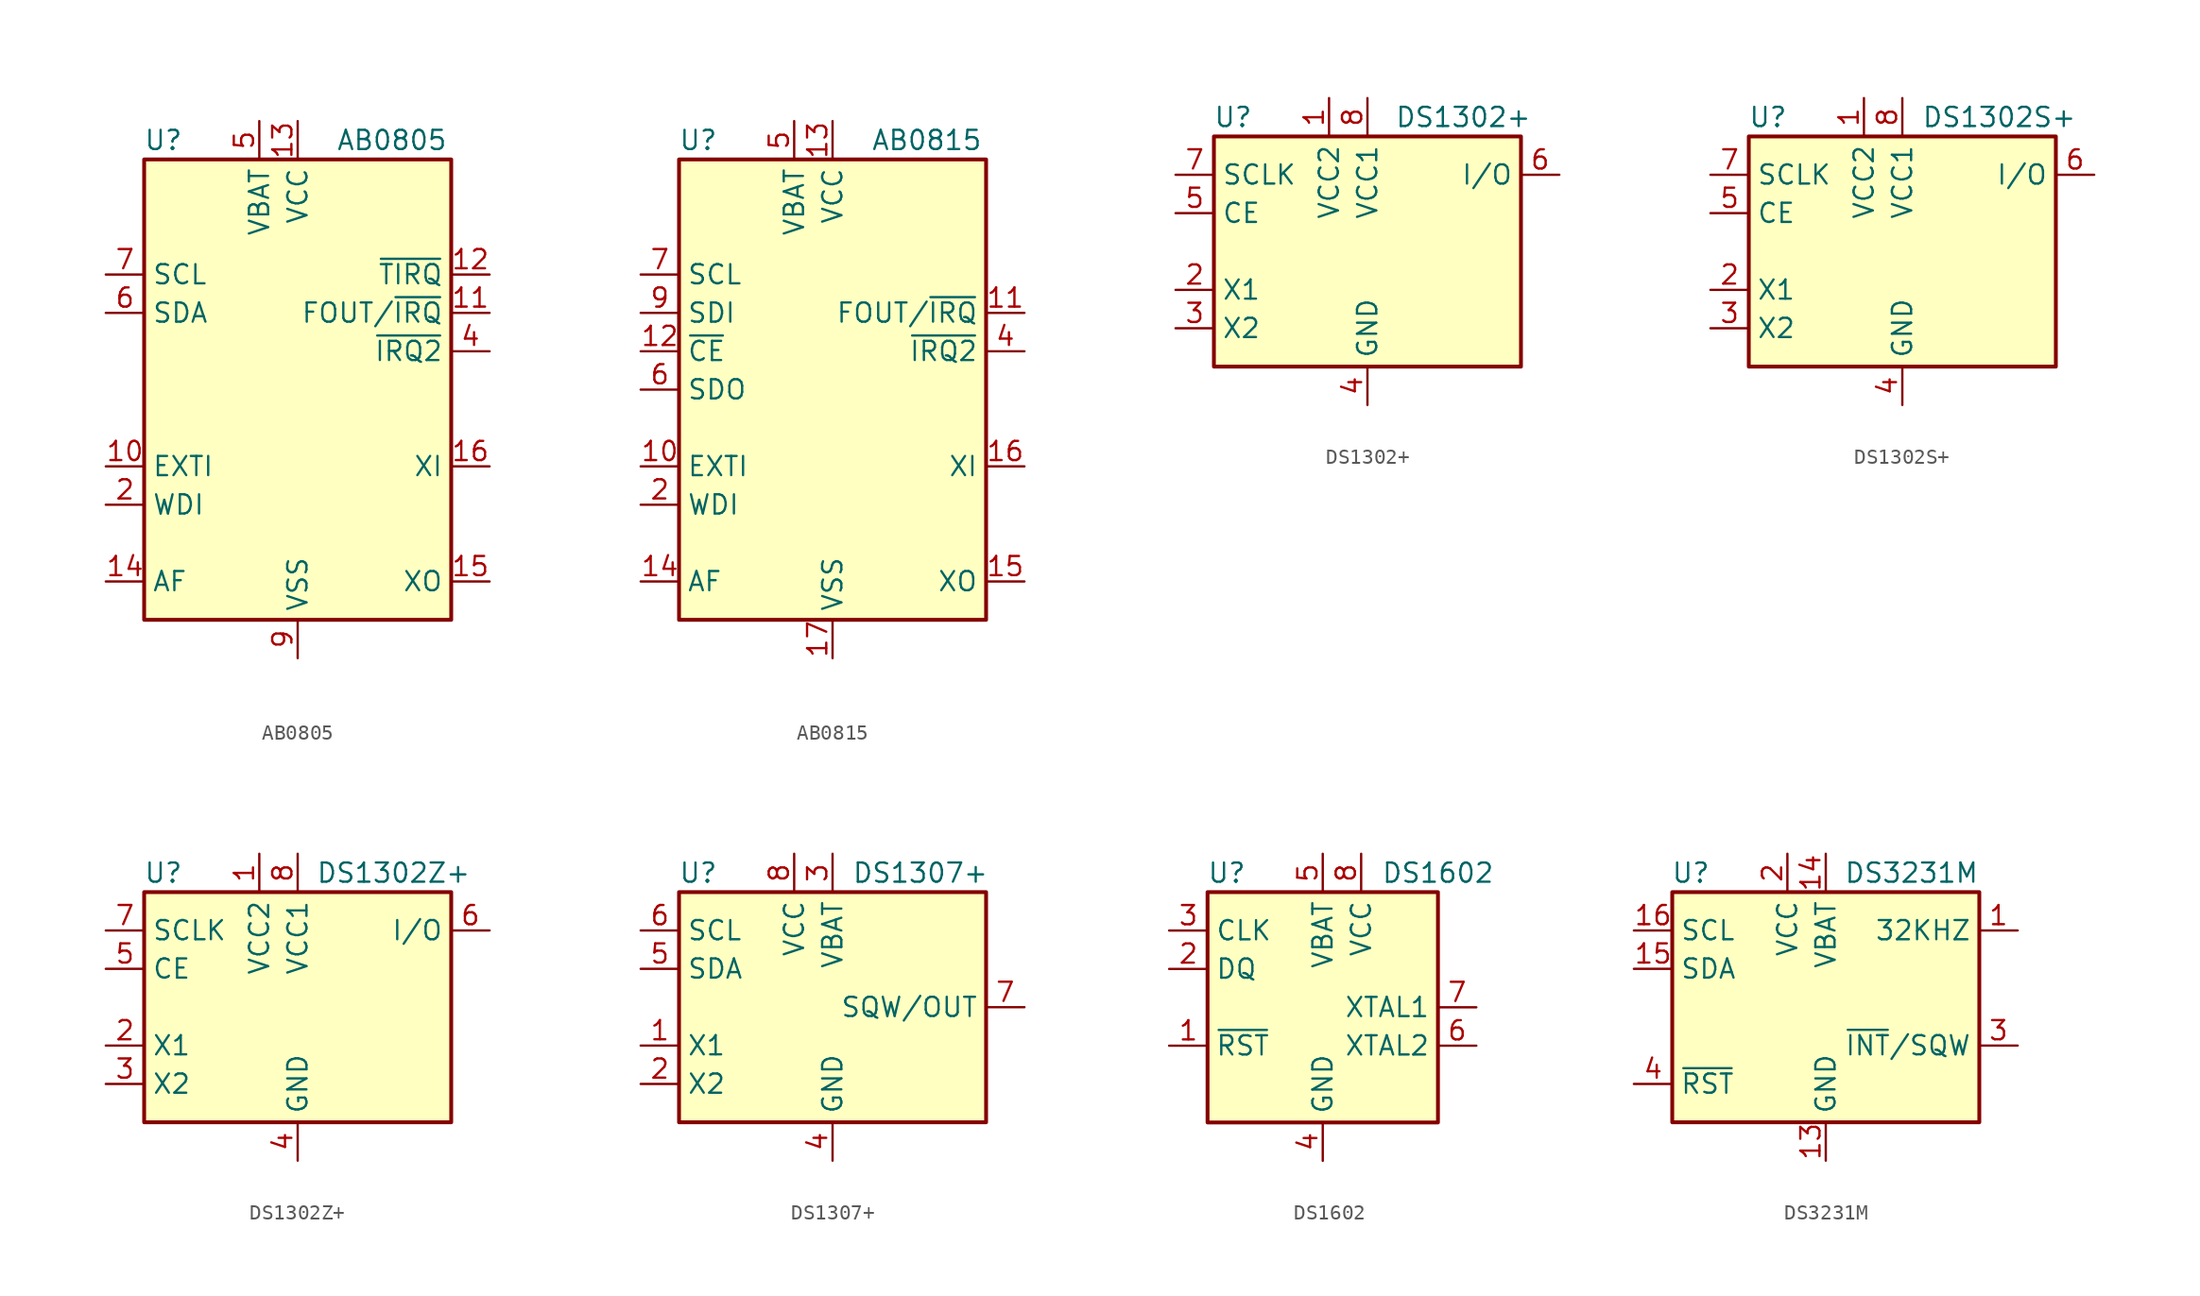
<source format=kicad_sym>
(kicad_symbol_lib
  (version 20201005)
  (generator kicad_symbol_editor)
  (symbol "Timer_RTC:AB0805"
    (property "Reference" "U"
      (at -8.89 16.51 0)
      (effects (font (size 1.27 1.27))))
    (property "Value" "AB0805"
      (at 2.54 16.51 0)
      (effects (font (size 1.27 1.27)) (justify left)))
    (symbol "AB0805_0_1"
      (rectangle (start -10.16 15.24) (end 10.16 -15.24) (stroke (width 0.254)) (fill (type background))))
    (symbol "AB0805_1_1"
      (pin no_connect line (at -10.16 -2.54 0) (length 2.54) hide (name "NC" (effects (font (size 1.27 1.27)))) (number "1" (effects (font (size 1.27 1.27)))))
      (pin input line (at -12.7 -5.08 0) (length 2.54) (name "EXTI" (effects (font (size 1.27 1.27)))) (number "10" (effects (font (size 1.27 1.27)))))
      (pin open_collector line (at 12.7 5.08 180) (length 2.54) (name "FOUT/~IRQ" (effects (font (size 1.27 1.27)))) (number "11" (effects (font (size 1.27 1.27)))))
      (pin open_collector line (at 12.7 7.62 180) (length 2.54) (name "~TIRQ" (effects (font (size 1.27 1.27)))) (number "12" (effects (font (size 1.27 1.27)))))
      (pin power_in line (at 0 17.78 270) (length 2.54) (name "VCC" (effects (font (size 1.27 1.27)))) (number "13" (effects (font (size 1.27 1.27)))))
      (pin passive line (at -12.7 -12.7 0) (length 2.54) (name "AF" (effects (font (size 1.27 1.27)))) (number "14" (effects (font (size 1.27 1.27)))))
      (pin output line (at 12.7 -12.7 180) (length 2.54) (name "XO" (effects (font (size 1.27 1.27)))) (number "15" (effects (font (size 1.27 1.27)))))
      (pin input line (at 12.7 -5.08 180) (length 2.54) (name "XI" (effects (font (size 1.27 1.27)))) (number "16" (effects (font (size 1.27 1.27)))))
      (pin passive line (at 0 -17.78 90) (length 2.54) hide (name "VSS" (effects (font (size 1.27 1.27)))) (number "17" (effects (font (size 1.27 1.27)))))
      (pin input line (at -12.7 -7.62 0) (length 2.54) (name "WDI" (effects (font (size 1.27 1.27)))) (number "2" (effects (font (size 1.27 1.27)))))
      (pin no_connect line (at -10.16 -10.16 0) (length 2.54) hide (name "NC" (effects (font (size 1.27 1.27)))) (number "3" (effects (font (size 1.27 1.27)))))
      (pin open_collector line (at 12.7 2.54 180) (length 2.54) (name "~IRQ2" (effects (font (size 1.27 1.27)))) (number "4" (effects (font (size 1.27 1.27)))))
      (pin power_in line (at -2.54 17.78 270) (length 2.54) (name "VBAT" (effects (font (size 1.27 1.27)))) (number "5" (effects (font (size 1.27 1.27)))))
      (pin bidirectional line (at -12.7 5.08 0) (length 2.54) (name "SDA" (effects (font (size 1.27 1.27)))) (number "6" (effects (font (size 1.27 1.27)))))
      (pin input line (at -12.7 7.62 0) (length 2.54) (name "SCL" (effects (font (size 1.27 1.27)))) (number "7" (effects (font (size 1.27 1.27)))))
      (pin no_connect line (at 10.16 0 180) (length 2.54) hide (name "NC" (effects (font (size 1.27 1.27)))) (number "8" (effects (font (size 1.27 1.27)))))
      (pin power_in line (at 0 -17.78 90) (length 2.54) (name "VSS" (effects (font (size 1.27 1.27)))) (number "9" (effects (font (size 1.27 1.27)))))))
  (symbol "Timer_RTC:AB0815"
    (property "Reference" "U"
      (at -8.89 16.51 0)
      (effects (font (size 1.27 1.27))))
    (property "Value" "AB0815"
      (at 2.54 16.51 0)
      (effects (font (size 1.27 1.27)) (justify left)))
    (symbol "AB0815_0_1"
      (rectangle (start -10.16 15.24) (end 10.16 -15.24) (stroke (width 0.254)) (fill (type background))))
    (symbol "AB0815_1_1"
      (pin no_connect line (at -10.16 -2.54 0) (length 2.54) hide (name "NC" (effects (font (size 1.27 1.27)))) (number "1" (effects (font (size 1.27 1.27)))))
      (pin input line (at -12.7 -5.08 0) (length 2.54) (name "EXTI" (effects (font (size 1.27 1.27)))) (number "10" (effects (font (size 1.27 1.27)))))
      (pin open_collector line (at 12.7 5.08 180) (length 2.54) (name "FOUT/~IRQ" (effects (font (size 1.27 1.27)))) (number "11" (effects (font (size 1.27 1.27)))))
      (pin input line (at -12.7 2.54 0) (length 2.54) (name "~CE" (effects (font (size 1.27 1.27)))) (number "12" (effects (font (size 1.27 1.27)))))
      (pin power_in line (at 0 17.78 270) (length 2.54) (name "VCC" (effects (font (size 1.27 1.27)))) (number "13" (effects (font (size 1.27 1.27)))))
      (pin passive line (at -12.7 -12.7 0) (length 2.54) (name "AF" (effects (font (size 1.27 1.27)))) (number "14" (effects (font (size 1.27 1.27)))))
      (pin output line (at 12.7 -12.7 180) (length 2.54) (name "XO" (effects (font (size 1.27 1.27)))) (number "15" (effects (font (size 1.27 1.27)))))
      (pin input line (at 12.7 -5.08 180) (length 2.54) (name "XI" (effects (font (size 1.27 1.27)))) (number "16" (effects (font (size 1.27 1.27)))))
      (pin power_in line (at 0 -17.78 90) (length 2.54) (name "VSS" (effects (font (size 1.27 1.27)))) (number "17" (effects (font (size 1.27 1.27)))))
      (pin input line (at -12.7 -7.62 0) (length 2.54) (name "WDI" (effects (font (size 1.27 1.27)))) (number "2" (effects (font (size 1.27 1.27)))))
      (pin no_connect line (at -10.16 -10.16 0) (length 2.54) hide (name "NC" (effects (font (size 1.27 1.27)))) (number "3" (effects (font (size 1.27 1.27)))))
      (pin open_collector line (at 12.7 2.54 180) (length 2.54) (name "~IRQ2" (effects (font (size 1.27 1.27)))) (number "4" (effects (font (size 1.27 1.27)))))
      (pin power_in line (at -2.54 17.78 270) (length 2.54) (name "VBAT" (effects (font (size 1.27 1.27)))) (number "5" (effects (font (size 1.27 1.27)))))
      (pin output line (at -12.7 0 0) (length 2.54) (name "SDO" (effects (font (size 1.27 1.27)))) (number "6" (effects (font (size 1.27 1.27)))))
      (pin input line (at -12.7 7.62 0) (length 2.54) (name "SCL" (effects (font (size 1.27 1.27)))) (number "7" (effects (font (size 1.27 1.27)))))
      (pin no_connect line (at 10.16 0 180) (length 2.54) hide (name "NC" (effects (font (size 1.27 1.27)))) (number "8" (effects (font (size 1.27 1.27)))))
      (pin input line (at -12.7 5.08 0) (length 2.54) (name "SDI" (effects (font (size 1.27 1.27)))) (number "9" (effects (font (size 1.27 1.27)))))))
  (symbol "Timer_RTC:DS1302+"
    (property "Reference" "U"
      (at -8.89 8.89 0)
      (effects (font (size 1.27 1.27))))
    (property "Value" "DS1302+"
      (at 6.35 8.89 0)
      (effects (font (size 1.27 1.27))))
    (symbol "DS1302+_1_1"
      (rectangle (start -10.16 7.62) (end 10.16 -7.62) (stroke (width 0.254)) (fill (type background)))
      (pin power_in line (at -2.54 10.16 270) (length 2.54) (name "VCC2" (effects (font (size 1.27 1.27)))) (number "1" (effects (font (size 1.27 1.27)))))
      (pin input line (at -12.7 -2.54 0) (length 2.54) (name "X1" (effects (font (size 1.27 1.27)))) (number "2" (effects (font (size 1.27 1.27)))))
      (pin input line (at -12.7 -5.08 0) (length 2.54) (name "X2" (effects (font (size 1.27 1.27)))) (number "3" (effects (font (size 1.27 1.27)))))
      (pin power_in line (at 0 -10.16 90) (length 2.54) (name "GND" (effects (font (size 1.27 1.27)))) (number "4" (effects (font (size 1.27 1.27)))))
      (pin input line (at -12.7 2.54 0) (length 2.54) (name "CE" (effects (font (size 1.27 1.27)))) (number "5" (effects (font (size 1.27 1.27)))))
      (pin bidirectional line (at 12.7 5.08 180) (length 2.54) (name "I/O" (effects (font (size 1.27 1.27)))) (number "6" (effects (font (size 1.27 1.27)))))
      (pin input line (at -12.7 5.08 0) (length 2.54) (name "SCLK" (effects (font (size 1.27 1.27)))) (number "7" (effects (font (size 1.27 1.27)))))
      (pin power_in line (at 0 10.16 270) (length 2.54) (name "VCC1" (effects (font (size 1.27 1.27)))) (number "8" (effects (font (size 1.27 1.27)))))))
  (symbol "Timer_RTC:DS1302S+"
    (property "Reference" "U"
      (at -8.89 8.89 0)
      (effects (font (size 1.27 1.27))))
    (property "Value" "DS1302S+"
      (at 1.27 8.89 0)
      (effects (font (size 1.27 1.27)) (justify left)))
    (symbol "DS1302S+_1_1"
      (rectangle (start -10.16 7.62) (end 10.16 -7.62) (stroke (width 0.254)) (fill (type background)))
      (pin power_in line (at -2.54 10.16 270) (length 2.54) (name "VCC2" (effects (font (size 1.27 1.27)))) (number "1" (effects (font (size 1.27 1.27)))))
      (pin input line (at -12.7 -2.54 0) (length 2.54) (name "X1" (effects (font (size 1.27 1.27)))) (number "2" (effects (font (size 1.27 1.27)))))
      (pin input line (at -12.7 -5.08 0) (length 2.54) (name "X2" (effects (font (size 1.27 1.27)))) (number "3" (effects (font (size 1.27 1.27)))))
      (pin power_in line (at 0 -10.16 90) (length 2.54) (name "GND" (effects (font (size 1.27 1.27)))) (number "4" (effects (font (size 1.27 1.27)))))
      (pin input line (at -12.7 2.54 0) (length 2.54) (name "CE" (effects (font (size 1.27 1.27)))) (number "5" (effects (font (size 1.27 1.27)))))
      (pin bidirectional line (at 12.7 5.08 180) (length 2.54) (name "I/O" (effects (font (size 1.27 1.27)))) (number "6" (effects (font (size 1.27 1.27)))))
      (pin input line (at -12.7 5.08 0) (length 2.54) (name "SCLK" (effects (font (size 1.27 1.27)))) (number "7" (effects (font (size 1.27 1.27)))))
      (pin power_in line (at 0 10.16 270) (length 2.54) (name "VCC1" (effects (font (size 1.27 1.27)))) (number "8" (effects (font (size 1.27 1.27)))))))
  (symbol "Timer_RTC:DS1302Z+"
    (property "Reference" "U"
      (at -8.89 8.89 0)
      (effects (font (size 1.27 1.27))))
    (property "Value" "DS1302Z+"
      (at 6.35 8.89 0)
      (effects (font (size 1.27 1.27))))
    (symbol "DS1302Z+_1_1"
      (rectangle (start -10.16 7.62) (end 10.16 -7.62) (stroke (width 0.254)) (fill (type background)))
      (pin power_in line (at -2.54 10.16 270) (length 2.54) (name "VCC2" (effects (font (size 1.27 1.27)))) (number "1" (effects (font (size 1.27 1.27)))))
      (pin input line (at -12.7 -2.54 0) (length 2.54) (name "X1" (effects (font (size 1.27 1.27)))) (number "2" (effects (font (size 1.27 1.27)))))
      (pin input line (at -12.7 -5.08 0) (length 2.54) (name "X2" (effects (font (size 1.27 1.27)))) (number "3" (effects (font (size 1.27 1.27)))))
      (pin power_in line (at 0 -10.16 90) (length 2.54) (name "GND" (effects (font (size 1.27 1.27)))) (number "4" (effects (font (size 1.27 1.27)))))
      (pin input line (at -12.7 2.54 0) (length 2.54) (name "CE" (effects (font (size 1.27 1.27)))) (number "5" (effects (font (size 1.27 1.27)))))
      (pin bidirectional line (at 12.7 5.08 180) (length 2.54) (name "I/O" (effects (font (size 1.27 1.27)))) (number "6" (effects (font (size 1.27 1.27)))))
      (pin input line (at -12.7 5.08 0) (length 2.54) (name "SCLK" (effects (font (size 1.27 1.27)))) (number "7" (effects (font (size 1.27 1.27)))))
      (pin power_in line (at 0 10.16 270) (length 2.54) (name "VCC1" (effects (font (size 1.27 1.27)))) (number "8" (effects (font (size 1.27 1.27)))))))
  (symbol "Timer_RTC:DS1307+"
    (property "Reference" "U"
      (at -8.89 8.89 0)
      (effects (font (size 1.27 1.27))))
    (property "Value" "DS1307+"
      (at 1.27 8.89 0)
      (effects (font (size 1.27 1.27)) (justify left)))
    (symbol "DS1307+_0_1"
      (rectangle (start -10.16 7.62) (end 10.16 -7.62) (stroke (width 0.254)) (fill (type background))))
    (symbol "DS1307+_1_1"
      (pin input line (at -12.7 -2.54 0) (length 2.54) (name "X1" (effects (font (size 1.27 1.27)))) (number "1" (effects (font (size 1.27 1.27)))))
      (pin input line (at -12.7 -5.08 0) (length 2.54) (name "X2" (effects (font (size 1.27 1.27)))) (number "2" (effects (font (size 1.27 1.27)))))
      (pin power_in line (at 0 10.16 270) (length 2.54) (name "VBAT" (effects (font (size 1.27 1.27)))) (number "3" (effects (font (size 1.27 1.27)))))
      (pin power_in line (at 0 -10.16 90) (length 2.54) (name "GND" (effects (font (size 1.27 1.27)))) (number "4" (effects (font (size 1.27 1.27)))))
      (pin bidirectional line (at -12.7 2.54 0) (length 2.54) (name "SDA" (effects (font (size 1.27 1.27)))) (number "5" (effects (font (size 1.27 1.27)))))
      (pin input line (at -12.7 5.08 0) (length 2.54) (name "SCL" (effects (font (size 1.27 1.27)))) (number "6" (effects (font (size 1.27 1.27)))))
      (pin open_collector line (at 12.7 0 180) (length 2.54) (name "SQW/OUT" (effects (font (size 1.27 1.27)))) (number "7" (effects (font (size 1.27 1.27)))))
      (pin power_in line (at -2.54 10.16 270) (length 2.54) (name "VCC" (effects (font (size 1.27 1.27)))) (number "8" (effects (font (size 1.27 1.27)))))))
  (symbol "Timer_RTC:DS1602"
    (property "Reference" "U"
      (at -6.35 8.89 0)
      (effects (font (size 1.27 1.27))))
    (property "Value" "DS1602"
      (at 7.62 8.89 0)
      (effects (font (size 1.27 1.27))))
    (symbol "DS1602_0_1"
      (rectangle (start -7.62 7.62) (end 7.62 -7.62) (stroke (width 0.254)) (fill (type background))))
    (symbol "DS1602_1_1"
      (pin input line (at -10.16 -2.54 0) (length 2.54) (name "~RST~" (effects (font (size 1.27 1.27)))) (number "1" (effects (font (size 1.27 1.27)))))
      (pin bidirectional line (at -10.16 2.54 0) (length 2.54) (name "DQ" (effects (font (size 1.27 1.27)))) (number "2" (effects (font (size 1.27 1.27)))))
      (pin input line (at -10.16 5.08 0) (length 2.54) (name "CLK" (effects (font (size 1.27 1.27)))) (number "3" (effects (font (size 1.27 1.27)))))
      (pin power_in line (at 0 -10.16 90) (length 2.54) (name "GND" (effects (font (size 1.27 1.27)))) (number "4" (effects (font (size 1.27 1.27)))))
      (pin power_in line (at 0 10.16 270) (length 2.54) (name "VBAT" (effects (font (size 1.27 1.27)))) (number "5" (effects (font (size 1.27 1.27)))))
      (pin passive line (at 10.16 -2.54 180) (length 2.54) (name "XTAL2" (effects (font (size 1.27 1.27)))) (number "6" (effects (font (size 1.27 1.27)))))
      (pin passive line (at 10.16 0 180) (length 2.54) (name "XTAL1" (effects (font (size 1.27 1.27)))) (number "7" (effects (font (size 1.27 1.27)))))
      (pin power_in line (at 2.54 10.16 270) (length 2.54) (name "VCC" (effects (font (size 1.27 1.27)))) (number "8" (effects (font (size 1.27 1.27)))))))
  (symbol "Timer_RTC:DS3231M"
    (property "Reference" "U"
      (at -7.62 8.89 0)
      (effects (font (size 1.27 1.27)) (justify right)))
    (property "Value" "DS3231M"
      (at 10.16 8.89 0)
      (effects (font (size 1.27 1.27)) (justify right)))
    (symbol "DS3231M_0_1"
      (rectangle (start -10.16 7.62) (end 10.16 -7.62) (stroke (width 0.254)) (fill (type background))))
    (symbol "DS3231M_1_1"
      (pin open_collector line (at 12.7 5.08 180) (length 2.54) (name "32KHZ" (effects (font (size 1.27 1.27)))) (number "1" (effects (font (size 1.27 1.27)))))
      (pin passive line (at 0 -10.16 90) (length 2.54) hide (name "GND" (effects (font (size 1.27 1.27)))) (number "10" (effects (font (size 1.27 1.27)))))
      (pin passive line (at 0 -10.16 90) (length 2.54) hide (name "GND" (effects (font (size 1.27 1.27)))) (number "11" (effects (font (size 1.27 1.27)))))
      (pin passive line (at 0 -10.16 90) (length 2.54) hide (name "GND" (effects (font (size 1.27 1.27)))) (number "12" (effects (font (size 1.27 1.27)))))
      (pin power_in line (at 0 -10.16 90) (length 2.54) (name "GND" (effects (font (size 1.27 1.27)))) (number "13" (effects (font (size 1.27 1.27)))))
      (pin power_in line (at 0 10.16 270) (length 2.54) (name "VBAT" (effects (font (size 1.27 1.27)))) (number "14" (effects (font (size 1.27 1.27)))))
      (pin bidirectional line (at -12.7 2.54 0) (length 2.54) (name "SDA" (effects (font (size 1.27 1.27)))) (number "15" (effects (font (size 1.27 1.27)))))
      (pin input line (at -12.7 5.08 0) (length 2.54) (name "SCL" (effects (font (size 1.27 1.27)))) (number "16" (effects (font (size 1.27 1.27)))))
      (pin power_in line (at -2.54 10.16 270) (length 2.54) (name "VCC" (effects (font (size 1.27 1.27)))) (number "2" (effects (font (size 1.27 1.27)))))
      (pin open_collector line (at 12.7 -2.54 180) (length 2.54) (name "~INT~/SQW" (effects (font (size 1.27 1.27)))) (number "3" (effects (font (size 1.27 1.27)))))
      (pin bidirectional line (at -12.7 -5.08 0) (length 2.54) (name "~RST" (effects (font (size 1.27 1.27)))) (number "4" (effects (font (size 1.27 1.27)))))
      (pin passive line (at 0 -10.16 90) (length 2.54) hide (name "GND" (effects (font (size 1.27 1.27)))) (number "5" (effects (font (size 1.27 1.27)))))
      (pin passive line (at 0 -10.16 90) (length 2.54) hide (name "GND" (effects (font (size 1.27 1.27)))) (number "6" (effects (font (size 1.27 1.27)))))
      (pin passive line (at 0 -10.16 90) (length 2.54) hide (name "GND" (effects (font (size 1.27 1.27)))) (number "7" (effects (font (size 1.27 1.27)))))
      (pin passive line (at 0 -10.16 90) (length 2.54) hide (name "GND" (effects (font (size 1.27 1.27)))) (number "8" (effects (font (size 1.27 1.27)))))
      (pin passive line (at 0 -10.16 90) (length 2.54) hide (name "GND" (effects (font (size 1.27 1.27)))) (number "9" (effects (font (size 1.27 1.27))))))))
</source>
